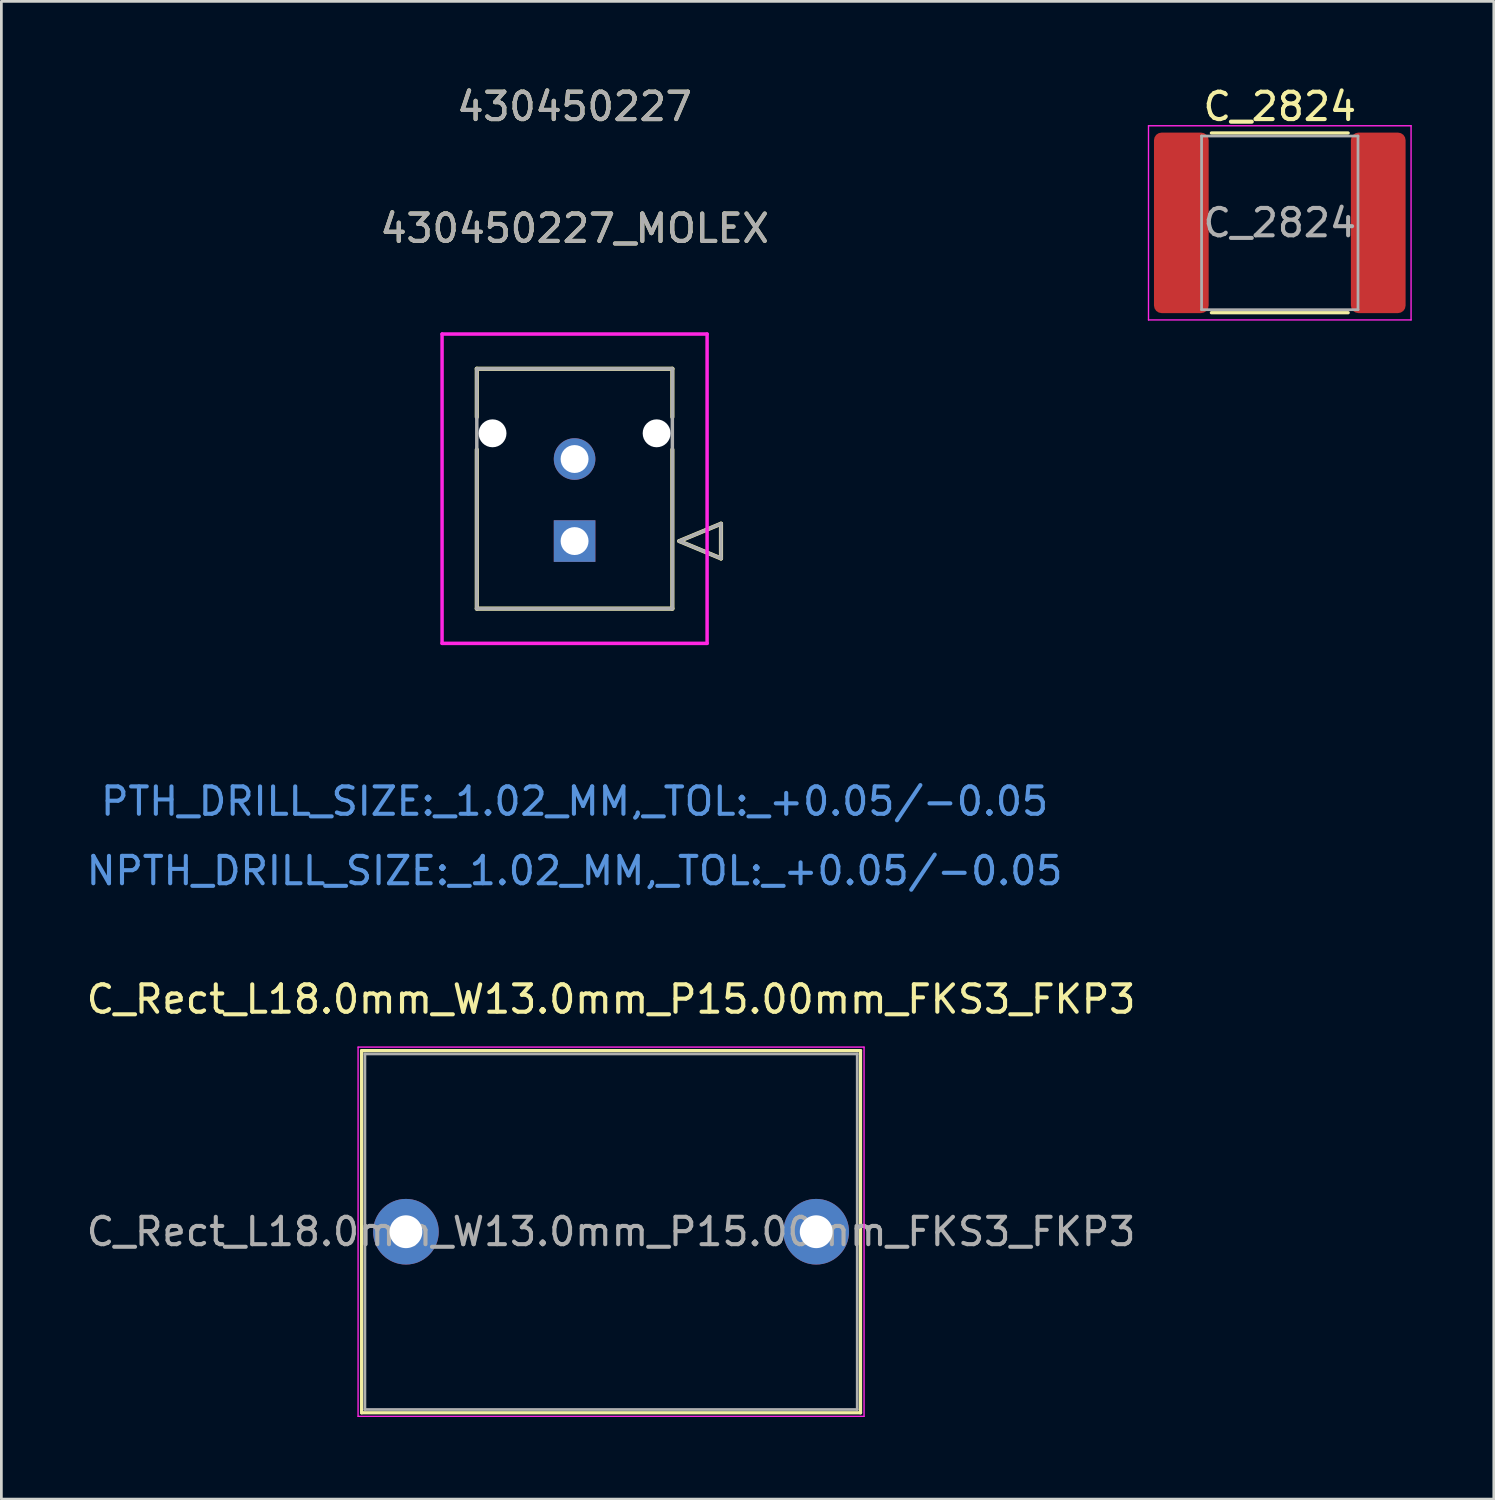
<source format=kicad_pcb>
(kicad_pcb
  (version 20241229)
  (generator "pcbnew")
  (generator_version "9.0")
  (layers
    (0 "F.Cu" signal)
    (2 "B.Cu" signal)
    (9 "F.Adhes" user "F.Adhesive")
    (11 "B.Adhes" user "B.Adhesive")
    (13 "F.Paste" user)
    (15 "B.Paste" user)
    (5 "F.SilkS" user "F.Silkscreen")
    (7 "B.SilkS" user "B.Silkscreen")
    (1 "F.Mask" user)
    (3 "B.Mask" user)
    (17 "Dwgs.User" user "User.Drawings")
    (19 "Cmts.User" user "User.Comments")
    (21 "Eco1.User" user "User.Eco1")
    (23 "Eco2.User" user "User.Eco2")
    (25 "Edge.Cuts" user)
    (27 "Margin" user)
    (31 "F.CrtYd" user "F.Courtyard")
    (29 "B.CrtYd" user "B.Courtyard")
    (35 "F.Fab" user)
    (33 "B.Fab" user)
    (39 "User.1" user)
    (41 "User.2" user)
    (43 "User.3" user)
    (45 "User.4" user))
  (footprint "C_2824"
    (layer "F.Cu")
    (at 43.742 5.098)
    (property "Reference" "C_2824" (at 0 -4.25 0) (layer "F.SilkS") (effects (font (size 1 1) (thickness 0.15))))
    (attr smd)
    (fp_line (start -2.5 -3.285) (end 2.5 -3.285) (stroke (width 0.12) (type solid)) (layer "F.SilkS"))
    (fp_line (start -2.5 3.285) (end 2.5 3.285) (stroke (width 0.12) (type solid)) (layer "F.SilkS"))
    (fp_line (start -4.8 -3.55) (end 4.8 -3.55) (stroke (width 0.05) (type solid)) (layer "F.CrtYd"))
    (fp_line (start -4.8 3.55) (end -4.8 -3.55) (stroke (width 0.05) (type solid)) (layer "F.CrtYd"))
    (fp_line (start 4.8 -3.55) (end 4.8 3.55) (stroke (width 0.05) (type solid)) (layer "F.CrtYd"))
    (fp_line (start 4.8 3.55) (end -4.8 3.55) (stroke (width 0.05) (type solid)) (layer "F.CrtYd"))
    (fp_line (start -2.86 -3.175) (end 2.86 -3.175) (stroke (width 0.1) (type solid)) (layer "F.Fab"))
    (fp_line (start -2.86 3.175) (end -2.86 -3.175) (stroke (width 0.1) (type solid)) (layer "F.Fab"))
    (fp_line (start 2.86 -3.175) (end 2.86 3.175) (stroke (width 0.1) (type solid)) (layer "F.Fab"))
    (fp_line (start 2.86 3.175) (end -2.86 3.175) (stroke (width 0.1) (type solid)) (layer "F.Fab"))
    (fp_text user "${REFERENCE}" (at 0 0 0) (layer "F.Fab") (effects (font (size 1 1) (thickness 0.15))))
    (pad "1" smd roundrect (at -3.6 0) (size 2 6.6) (layers "F.Cu" "F.Mask" "F.Paste") (roundrect_rratio 0.139))
    (pad "2" smd roundrect (at 3.6 0) (size 2 6.6) (layers "F.Cu" "F.Mask" "F.Paste") (roundrect_rratio 0.139)))
  (footprint "430450227_MOLEX"
    (layer "F.Cu")
    (at 17.958 16.733)
    (property "Reference" "430450227_MOLEX" (at 0 -11.43 0) (unlocked yes) (layer "F.SilkS") (effects (font (size 1 1) (thickness 0.15))))
    (attr through_hole)
    (fp_line (start -3.575 -6.3) (end -3.575 -4.535) (stroke (width 0.152) (type solid)) (layer "F.SilkS"))
    (fp_line (start -3.575 -3.345) (end -3.575 2.47) (stroke (width 0.152) (type solid)) (layer "F.SilkS"))
    (fp_line (start -3.575 2.47) (end 3.575 2.47) (stroke (width 0.152) (type solid)) (layer "F.SilkS"))
    (fp_line (start 3.575 -6.3) (end -3.575 -6.3) (stroke (width 0.152) (type solid)) (layer "F.SilkS"))
    (fp_line (start 3.575 -4.535) (end 3.575 -6.3) (stroke (width 0.152) (type solid)) (layer "F.SilkS"))
    (fp_line (start 3.575 2.47) (end 3.575 -3.345) (stroke (width 0.152) (type solid)) (layer "F.SilkS"))
    (fp_line (start 3.829 0) (end 5.353 -0.635) (stroke (width 0.152) (type solid)) (layer "F.SilkS"))
    (fp_line (start 5.353 -0.635) (end 5.353 0.635) (stroke (width 0.152) (type solid)) (layer "F.SilkS"))
    (fp_line (start 5.353 0.635) (end 3.829 0) (stroke (width 0.152) (type solid)) (layer "F.SilkS"))
    (fp_line (start -4.845 -7.57) (end -4.845 3.74) (stroke (width 0.127) (type solid)) (layer "F.CrtYd"))
    (fp_line (start -4.845 3.74) (end 4.845 3.74) (stroke (width 0.127) (type solid)) (layer "F.CrtYd"))
    (fp_line (start 4.845 -7.57) (end -4.845 -7.57) (stroke (width 0.127) (type solid)) (layer "F.CrtYd"))
    (fp_line (start 4.845 3.74) (end 4.845 -7.57) (stroke (width 0.127) (type solid)) (layer "F.CrtYd"))
    (fp_line (start -3.575 -6.3) (end -3.575 2.47) (stroke (width 0.127) (type solid)) (layer "F.Fab"))
    (fp_line (start -3.575 2.47) (end 3.575 2.47) (stroke (width 0.127) (type solid)) (layer "F.Fab"))
    (fp_line (start 3.575 -6.3) (end -3.575 -6.3) (stroke (width 0.127) (type solid)) (layer "F.Fab"))
    (fp_line (start 3.575 2.47) (end 3.575 -6.3) (stroke (width 0.127) (type solid)) (layer "F.Fab"))
    (fp_line (start 3.829 0) (end 5.353 -0.635) (stroke (width 0.127) (type solid)) (layer "F.Fab"))
    (fp_line (start 5.353 -0.635) (end 5.353 0.635) (stroke (width 0.127) (type solid)) (layer "F.Fab"))
    (fp_line (start 5.353 0.635) (end 3.829 0) (stroke (width 0.127) (type solid)) (layer "F.Fab"))
    (fp_text user "430450227" (at 0 -15.885 0) (unlocked yes) (layer "F.SilkS") (effects (font (size 1 1) (thickness 0.15))))
    (fp_text user "PTH_DRILL_SIZE:_1.02_MM,_TOL:_+0.05/-0.05" (at 0 9.515 0) (unlocked yes) (layer "Cmts.User") (effects (font (size 1 1) (thickness 0.15))))
    (fp_text user "NPTH_DRILL_SIZE:_1.02_MM,_TOL:_+0.05/-0.05" (at 0 12.055 0) (unlocked yes) (layer "Cmts.User") (effects (font (size 1 1) (thickness 0.15))))
    (fp_text user "${REFERENCE}" (at 0 -11.43 0) (unlocked yes) (layer "F.Fab") (effects (font (size 1 1) (thickness 0.15))))
    (fp_text user "430450227" (at 0 -15.885 0) (unlocked yes) (layer "F.Fab") (effects (font (size 1 1) (thickness 0.15))))
    (pad "" np_thru_hole circle (at -3 -3.94) (size 1.02 1.02) (drill 1.02) (layers "*.Cu" "*.Mask"))
    (pad "" np_thru_hole circle (at 3 -3.94) (size 1.02 1.02) (drill 1.02) (layers "*.Cu" "*.Mask"))
    (pad "1" thru_hole rect (at 0 0) (size 1.52 1.52) (drill 1.02) (layers "*.Cu" "*.Mask"))
    (pad "2" thru_hole circle (at 0 -3) (size 1.52 1.52) (drill 1.02) (layers "*.Cu" "*.Mask")))
  (footprint "C_Rect_L18.0mm_W13.0mm_P15.00mm_FKS3_FKP3"
    (layer "F.Cu")
    (at 11.792 41.985)
    (property "Reference" "C_Rect_L18.0mm_W13.0mm_P15.00mm_FKS3_FKP3" (at 7.5 -8.5 0) (layer "F.SilkS") (effects (font (size 1 1) (thickness 0.15))))
    (attr through_hole)
    (fp_line (start -1.62 -6.62) (end -1.62 6.62) (stroke (width 0.12) (type solid)) (layer "F.SilkS"))
    (fp_line (start -1.62 -6.62) (end 16.62 -6.62) (stroke (width 0.12) (type solid)) (layer "F.SilkS"))
    (fp_line (start -1.62 6.62) (end 16.62 6.62) (stroke (width 0.12) (type solid)) (layer "F.SilkS"))
    (fp_line (start 16.62 -6.62) (end 16.62 6.62) (stroke (width 0.12) (type solid)) (layer "F.SilkS"))
    (fp_line (start -1.75 -6.75) (end -1.75 6.75) (stroke (width 0.05) (type solid)) (layer "F.CrtYd"))
    (fp_line (start -1.75 6.75) (end 16.75 6.75) (stroke (width 0.05) (type solid)) (layer "F.CrtYd"))
    (fp_line (start 16.75 -6.75) (end -1.75 -6.75) (stroke (width 0.05) (type solid)) (layer "F.CrtYd"))
    (fp_line (start 16.75 6.75) (end 16.75 -6.75) (stroke (width 0.05) (type solid)) (layer "F.CrtYd"))
    (fp_line (start -1.5 -6.5) (end -1.5 6.5) (stroke (width 0.1) (type solid)) (layer "F.Fab"))
    (fp_line (start -1.5 6.5) (end 16.5 6.5) (stroke (width 0.1) (type solid)) (layer "F.Fab"))
    (fp_line (start 16.5 -6.5) (end -1.5 -6.5) (stroke (width 0.1) (type solid)) (layer "F.Fab"))
    (fp_line (start 16.5 6.5) (end 16.5 -6.5) (stroke (width 0.1) (type solid)) (layer "F.Fab"))
    (fp_text user "${REFERENCE}" (at 7.5 0 0) (layer "F.Fab") (effects (font (size 1 1) (thickness 0.15))))
    (pad "1" thru_hole circle (at 0 0) (size 2.4 2.4) (drill 1.2) (layers "*.Cu" "*.Mask"))
    (pad "2" thru_hole circle (at 15 0) (size 2.4 2.4) (drill 1.2) (layers "*.Cu" "*.Mask")))
  (gr_rect
    (start -3 -3)
    (end 51.567 51.76)
    (stroke (width 0.1) (type default))
    (fill no)
    (layer "Edge.Cuts")))
</source>
